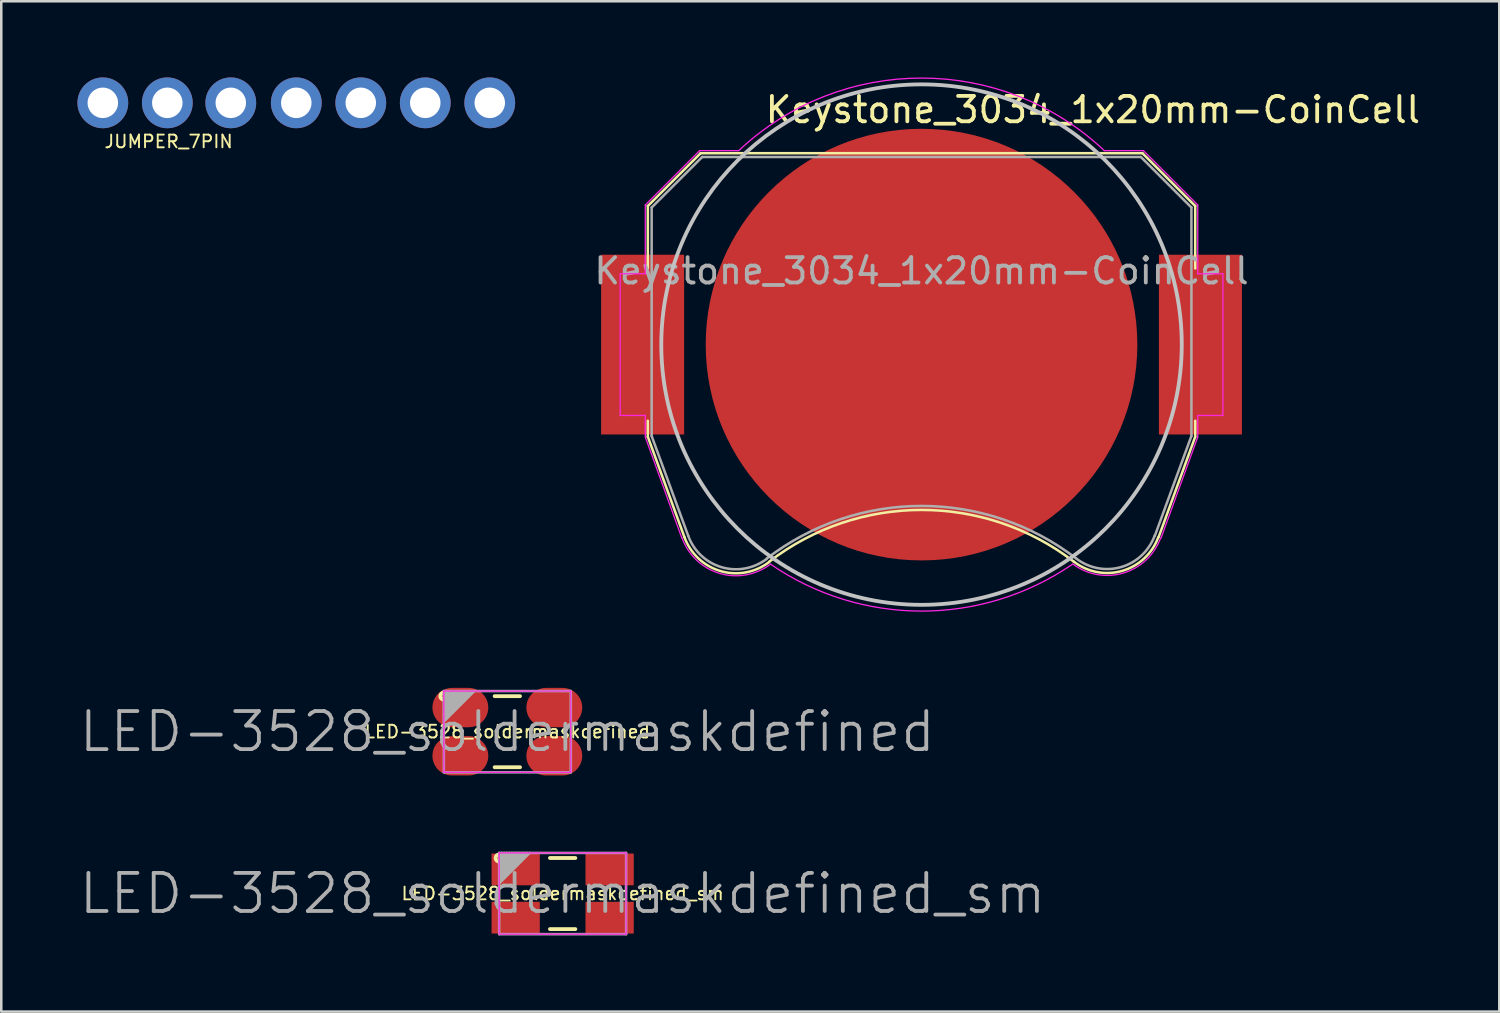
<source format=kicad_pcb>
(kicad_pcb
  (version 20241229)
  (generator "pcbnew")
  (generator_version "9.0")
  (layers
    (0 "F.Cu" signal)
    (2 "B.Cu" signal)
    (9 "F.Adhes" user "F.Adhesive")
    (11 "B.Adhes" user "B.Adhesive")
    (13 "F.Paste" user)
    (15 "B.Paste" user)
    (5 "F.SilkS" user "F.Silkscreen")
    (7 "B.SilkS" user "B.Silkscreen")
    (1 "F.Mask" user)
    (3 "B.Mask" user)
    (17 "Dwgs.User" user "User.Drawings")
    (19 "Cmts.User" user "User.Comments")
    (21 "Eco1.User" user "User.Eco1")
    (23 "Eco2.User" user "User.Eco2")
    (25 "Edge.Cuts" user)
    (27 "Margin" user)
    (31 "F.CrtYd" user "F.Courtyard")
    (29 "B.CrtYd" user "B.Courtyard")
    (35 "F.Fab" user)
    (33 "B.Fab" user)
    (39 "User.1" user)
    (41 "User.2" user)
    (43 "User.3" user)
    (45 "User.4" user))
  (footprint "JUMPER_7PIN"
    (layer "F.Cu")
    (at 8.62 1)
    (property "Reference" "JUMPER_7PIN" (at -5.029 1.524 0) (layer "F.SilkS") (effects (font (size 0.5 0.5) (thickness 0.075))))
    (attr through_hole)
    (pad "1" thru_hole circle (at -7.62 0) (size 2 2) (drill 1.2) (layers "*.Cu" "*.Mask"))
    (pad "2" thru_hole circle (at -5.08 0) (size 2 2) (drill 1.2) (layers "*.Cu" "*.Mask"))
    (pad "3" thru_hole circle (at -2.58 0) (size 2 2) (drill 1.2) (layers "*.Cu" "*.Mask"))
    (pad "4" thru_hole circle (at 0 0) (size 2 2) (drill 1.2) (layers "*.Cu" "*.Mask"))
    (pad "5" thru_hole circle (at 2.54 0) (size 2 2) (drill 1.2) (layers "*.Cu" "*.Mask"))
    (pad "6" thru_hole circle (at 5.08 0) (size 2 2) (drill 1.2) (layers "*.Cu" "*.Mask"))
    (pad "7" thru_hole circle (at 7.62 0) (size 2 2) (drill 1.2) (layers "*.Cu" "*.Mask")))
  (footprint "Keystone_3034_1x20mm-CoinCell"
    (layer "F.Cu")
    (at 33.246 10.523)
    (property "Reference" "Keystone_3034_1x20mm-CoinCell" (at 6.75 -9.25 0) (layer "F.SilkS") (effects (font (size 1 1) (thickness 0.15))))
    (attr smd)
    (fp_line (start -10.78 -5.46) (end -10.78 -3) (stroke (width 0.1) (type solid)) (layer "F.SilkS"))
    (fp_line (start -10.78 3) (end -10.78 3.63) (stroke (width 0.1) (type solid)) (layer "F.SilkS"))
    (fp_line (start -10.78 3.63) (end -9.34 7.58) (stroke (width 0.1) (type solid)) (layer "F.SilkS"))
    (fp_line (start -8.7 -7.54) (end -10.78 -5.46) (stroke (width 0.1) (type solid)) (layer "F.SilkS"))
    (fp_line (start 8.7 -7.54) (end -8.7 -7.54) (stroke (width 0.1) (type solid)) (layer "F.SilkS"))
    (fp_line (start 8.7 -7.54) (end 10.78 -5.46) (stroke (width 0.1) (type solid)) (layer "F.SilkS"))
    (fp_line (start 10.78 -5.46) (end 10.78 -3) (stroke (width 0.1) (type solid)) (layer "F.SilkS"))
    (fp_line (start 10.78 3) (end 10.78 3.63) (stroke (width 0.1) (type solid)) (layer "F.SilkS"))
    (fp_line (start 10.78 3.63) (end 9.34 7.58) (stroke (width 0.1) (type solid)) (layer "F.SilkS"))
    (fp_arc (start -6.0046 8.553536) (mid -0.002901 6.511341) (end 6 8.55) (stroke (width 0.1) (type solid)) (layer "F.SilkS"))
    (fp_arc (start -6.003354 8.56653) (mid -7.921654 8.918738) (end -9.34 7.58) (stroke (width 0.1) (type solid)) (layer "F.SilkS"))
    (fp_arc (start 9.325243 7.588169) (mid 7.90634 8.911668) (end 6 8.55) (stroke (width 0.1) (type solid)) (layer "F.SilkS"))
    (fp_circle (center 0 0) (end 0 10.25) (stroke (width 0.15) (type solid)) (fill no) (layer "Dwgs.User"))
    (fp_line (start -11.87 -2.79) (end -11.87 2.79) (stroke (width 0.05) (type solid)) (layer "F.CrtYd"))
    (fp_line (start -11.87 2.79) (end -10.88 2.79) (stroke (width 0.05) (type solid)) (layer "F.CrtYd"))
    (fp_line (start -10.88 -5.5) (end -10.88 -2.79) (stroke (width 0.05) (type solid)) (layer "F.CrtYd"))
    (fp_line (start -10.88 -2.79) (end -11.87 -2.79) (stroke (width 0.05) (type solid)) (layer "F.CrtYd"))
    (fp_line (start -10.88 2.79) (end -10.88 3.64) (stroke (width 0.05) (type solid)) (layer "F.CrtYd"))
    (fp_line (start -10.88 3.64) (end -9.44 7.62) (stroke (width 0.05) (type solid)) (layer "F.CrtYd"))
    (fp_line (start -8.74 -7.64) (end -10.88 -5.5) (stroke (width 0.05) (type solid)) (layer "F.CrtYd"))
    (fp_line (start -7.2 -7.64) (end -8.74 -7.64) (stroke (width 0.05) (type solid)) (layer "F.CrtYd"))
    (fp_line (start 8.74 -7.64) (end 7.2 -7.64) (stroke (width 0.05) (type solid)) (layer "F.CrtYd"))
    (fp_line (start 9.43 7.63) (end 10.88 3.64) (stroke (width 0.05) (type solid)) (layer "F.CrtYd"))
    (fp_line (start 10.88 -5.5) (end 8.74 -7.64) (stroke (width 0.05) (type solid)) (layer "F.CrtYd"))
    (fp_line (start 10.88 -2.79) (end 10.88 -5.5) (stroke (width 0.05) (type solid)) (layer "F.CrtYd"))
    (fp_line (start 10.88 2.79) (end 11.87 2.79) (stroke (width 0.05) (type solid)) (layer "F.CrtYd"))
    (fp_line (start 10.88 3.64) (end 10.88 2.79) (stroke (width 0.05) (type solid)) (layer "F.CrtYd"))
    (fp_line (start 11.87 -2.79) (end 10.88 -2.79) (stroke (width 0.05) (type solid)) (layer "F.CrtYd"))
    (fp_line (start 11.87 2.79) (end 11.87 -2.79) (stroke (width 0.05) (type solid)) (layer "F.CrtYd"))
    (fp_arc (start -7.199546 -7.640427) (mid 0.000312 -10.498075) (end 7.2 -7.64) (stroke (width 0.05) (type solid)) (layer "F.CrtYd"))
    (fp_arc (start -5.956965 8.654604) (mid -7.953941 9.011629) (end -9.43 7.62) (stroke (width 0.05) (type solid)) (layer "F.CrtYd"))
    (fp_arc (start 5.945368 8.650075) (mid -0.008883 10.496243) (end -5.96 8.64) (stroke (width 0.05) (type solid)) (layer "F.CrtYd"))
    (fp_arc (start 9.415144 7.621341) (mid 7.944017 9.000493) (end 5.96 8.64) (stroke (width 0.05) (type solid)) (layer "F.CrtYd"))
    (fp_line (start -10.63 -5.4) (end -8.64 -7.39) (stroke (width 0.1) (type solid)) (layer "F.Fab"))
    (fp_line (start -10.63 3.6) (end -10.63 -5.4) (stroke (width 0.1) (type solid)) (layer "F.Fab"))
    (fp_line (start -9.19 7.53) (end -10.63 3.6) (stroke (width 0.1) (type solid)) (layer "F.Fab"))
    (fp_line (start -8.64 -7.39) (end 8.64 -7.39) (stroke (width 0.1) (type solid)) (layer "F.Fab"))
    (fp_line (start 8.64 -7.39) (end 10.63 -5.4) (stroke (width 0.1) (type solid)) (layer "F.Fab"))
    (fp_line (start 10.63 -5.4) (end 10.63 3.6) (stroke (width 0.1) (type solid)) (layer "F.Fab"))
    (fp_line (start 10.63 3.6) (end 9.19 7.53) (stroke (width 0.1) (type solid)) (layer "F.Fab"))
    (fp_arc (start -6.096146 8.438508) (mid -7.87328 8.768206) (end -9.19 7.53) (stroke (width 0.1) (type solid)) (layer "F.Fab"))
    (fp_arc (start -6.094852 8.426043) (mid 0.003247 6.355257) (end 6.1 8.43) (stroke (width 0.1) (type solid)) (layer "F.Fab"))
    (fp_arc (start 9.180727 7.528882) (mid 7.868698 8.760067) (end 6.1 8.43) (stroke (width 0.1) (type solid)) (layer "F.Fab"))
    (fp_text user "${REFERENCE}" (at 0 -2.9 0) (layer "F.Fab") (effects (font (size 1 1) (thickness 0.15))))
    (pad "1" smd rect (at -10.985 0) (size 3.27 7.08) (layers "F.Cu" "F.Mask" "F.Paste"))
    (pad "1" smd rect (at 10.985 0) (size 3.27 7.08) (layers "F.Cu" "F.Mask" "F.Paste"))
    (pad "2" smd circle (at 0 0) (size 17 17) (layers "F.Cu" "F.Mask")))
  (footprint "LED-3528_soldermaskdefined_sm"
    (layer "F.Cu")
    (at 19.111 32.144)
    (property "Reference" "LED-3528_soldermaskdefined_sm" (at 0 0 0) (layer "F.SilkS") (effects (font (size 0.5 0.5) (thickness 0.075))))
    (attr through_hole)
    (fp_line (start -0.5 -1.4) (end 0.5 -1.4) (stroke (width 0.15) (type solid)) (layer "F.SilkS"))
    (fp_line (start -0.5 1.4) (end 0.5 1.4) (stroke (width 0.15) (type solid)) (layer "F.SilkS"))
    (fp_circle (center -2.5 -1.4) (end -2.6 -1.5) (stroke (width 0.15) (type solid)) (fill no) (layer "F.SilkS"))
    (fp_line (start -2.5 -1.6) (end 2.5 -1.6) (stroke (width 0.05) (type solid)) (layer "F.CrtYd"))
    (fp_line (start -2.5 1.6) (end -2.5 -1.6) (stroke (width 0.05) (type solid)) (layer "F.CrtYd"))
    (fp_line (start 2.5 -1.6) (end 2.5 1.6) (stroke (width 0.05) (type solid)) (layer "F.CrtYd"))
    (fp_line (start 2.5 1.6) (end -2.5 1.6) (stroke (width 0.05) (type solid)) (layer "F.CrtYd"))
    (fp_line (start -2.5 -1.6) (end 2.5 -1.6) (stroke (width 0.1) (type solid)) (layer "F.Fab"))
    (fp_line (start -2.5 -1.4) (end -2.3 -1.6) (stroke (width 0.1) (type solid)) (layer "F.Fab"))
    (fp_line (start -2.5 -1.2) (end -2.1 -1.6) (stroke (width 0.1) (type solid)) (layer "F.Fab"))
    (fp_line (start -2.5 -1) (end -1.9 -1.6) (stroke (width 0.1) (type solid)) (layer "F.Fab"))
    (fp_line (start -2.5 -0.8) (end -1.7 -1.6) (stroke (width 0.1) (type solid)) (layer "F.Fab"))
    (fp_line (start -2.5 -0.6) (end -1.5 -1.6) (stroke (width 0.1) (type solid)) (layer "F.Fab"))
    (fp_line (start -2.5 -0.4) (end -1.3 -1.6) (stroke (width 0.1) (type solid)) (layer "F.Fab"))
    (fp_line (start -2.5 1.6) (end -2.5 -1.6) (stroke (width 0.1) (type solid)) (layer "F.Fab"))
    (fp_line (start -2.4 -1.6) (end -2.5 -1.5) (stroke (width 0.1) (type solid)) (layer "F.Fab"))
    (fp_line (start -2.2 -1.6) (end -2.5 -1.3) (stroke (width 0.1) (type solid)) (layer "F.Fab"))
    (fp_line (start -2 -1.6) (end -2.5 -1.1) (stroke (width 0.1) (type solid)) (layer "F.Fab"))
    (fp_line (start -1.8 -1.6) (end -2.5 -0.9) (stroke (width 0.1) (type solid)) (layer "F.Fab"))
    (fp_line (start -1.6 -1.6) (end -2.5 -0.7) (stroke (width 0.1) (type solid)) (layer "F.Fab"))
    (fp_line (start -1.4 -1.6) (end -2.5 -0.5) (stroke (width 0.1) (type solid)) (layer "F.Fab"))
    (fp_line (start 2.5 -1.6) (end 2.5 1.6) (stroke (width 0.1) (type solid)) (layer "F.Fab"))
    (fp_line (start 2.5 1.6) (end -2.5 1.6) (stroke (width 0.1) (type solid)) (layer "F.Fab"))
    (fp_text user "${REFERENCE}" (at 0 0 0) (layer "F.Fab") (effects (font (size 1.5 1.5) (thickness 0.15))))
    (pad "" smd rect (at -1.7 -0.8) (size 1.5 0.85) (layers "F.Mask"))
    (pad "" smd rect (at -1.7 0.8) (size 1.5 0.85) (layers "F.Mask"))
    (pad "" smd rect (at 1.7 -0.8) (size 1.5 0.85) (layers "F.Mask"))
    (pad "" smd rect (at 1.7 0.8) (size 1.5 0.85) (layers "F.Mask"))
    (pad "1" smd rect (at -1.85 -0.95) (size 1.9 1.25) (layers "F.Cu"))
    (pad "2" smd rect (at 1.85 -0.95) (size 1.9 1.25) (layers "F.Cu"))
    (pad "3" smd rect (at -1.85 0.95) (size 1.9 1.25) (layers "F.Cu"))
    (pad "4" smd rect (at 1.85 0.95) (size 1.9 1.25) (layers "F.Cu")))
  (footprint "LED-3528_soldermaskdefined"
    (layer "F.Cu")
    (at 16.932 25.769)
    (property "Reference" "LED-3528_soldermaskdefined" (at 0 0 0) (layer "F.SilkS") (effects (font (size 0.5 0.5) (thickness 0.075))))
    (attr smd)
    (fp_line (start -0.5 -1.4) (end 0.5 -1.4) (stroke (width 0.15) (type solid)) (layer "F.SilkS"))
    (fp_line (start -0.5 1.4) (end 0.5 1.4) (stroke (width 0.15) (type solid)) (layer "F.SilkS"))
    (fp_circle (center -2.5 -1.4) (end -2.6 -1.5) (stroke (width 0.15) (type solid)) (fill no) (layer "F.SilkS"))
    (fp_line (start -2.5 -1.6) (end 2.5 -1.6) (stroke (width 0.05) (type solid)) (layer "F.CrtYd"))
    (fp_line (start -2.5 1.6) (end -2.5 -1.6) (stroke (width 0.05) (type solid)) (layer "F.CrtYd"))
    (fp_line (start 2.5 -1.6) (end 2.5 1.6) (stroke (width 0.05) (type solid)) (layer "F.CrtYd"))
    (fp_line (start 2.5 1.6) (end -2.5 1.6) (stroke (width 0.05) (type solid)) (layer "F.CrtYd"))
    (fp_line (start -2.5 -1.6) (end 2.5 -1.6) (stroke (width 0.1) (type solid)) (layer "F.Fab"))
    (fp_line (start -2.5 -1.4) (end -2.3 -1.6) (stroke (width 0.1) (type solid)) (layer "F.Fab"))
    (fp_line (start -2.5 -1.2) (end -2.1 -1.6) (stroke (width 0.1) (type solid)) (layer "F.Fab"))
    (fp_line (start -2.5 -1) (end -1.9 -1.6) (stroke (width 0.1) (type solid)) (layer "F.Fab"))
    (fp_line (start -2.5 -0.8) (end -1.7 -1.6) (stroke (width 0.1) (type solid)) (layer "F.Fab"))
    (fp_line (start -2.5 -0.6) (end -1.5 -1.6) (stroke (width 0.1) (type solid)) (layer "F.Fab"))
    (fp_line (start -2.5 -0.4) (end -1.3 -1.6) (stroke (width 0.1) (type solid)) (layer "F.Fab"))
    (fp_line (start -2.5 1.6) (end -2.5 -1.6) (stroke (width 0.1) (type solid)) (layer "F.Fab"))
    (fp_line (start -2.4 -1.6) (end -2.5 -1.5) (stroke (width 0.1) (type solid)) (layer "F.Fab"))
    (fp_line (start -2.2 -1.6) (end -2.5 -1.3) (stroke (width 0.1) (type solid)) (layer "F.Fab"))
    (fp_line (start -2 -1.6) (end -2.5 -1.1) (stroke (width 0.1) (type solid)) (layer "F.Fab"))
    (fp_line (start -1.8 -1.6) (end -2.5 -0.9) (stroke (width 0.1) (type solid)) (layer "F.Fab"))
    (fp_line (start -1.6 -1.6) (end -2.5 -0.7) (stroke (width 0.1) (type solid)) (layer "F.Fab"))
    (fp_line (start -1.4 -1.6) (end -2.5 -0.5) (stroke (width 0.1) (type solid)) (layer "F.Fab"))
    (fp_line (start 2.5 -1.6) (end 2.5 1.6) (stroke (width 0.1) (type solid)) (layer "F.Fab"))
    (fp_line (start 2.5 1.6) (end -2.5 1.6) (stroke (width 0.1) (type solid)) (layer "F.Fab"))
    (fp_text user "${REFERENCE}" (at 0 0 0) (layer "F.Fab") (effects (font (size 1.5 1.5) (thickness 0.15))))
    (pad "" smd rect (at -1.7 -0.8) (size 1.5 0.85) (layers "F.Mask" "F.Paste"))
    (pad "" smd rect (at -1.7 0.8) (size 1.5 0.85) (layers "F.Mask" "F.Paste"))
    (pad "" smd rect (at 1.7 -0.8) (size 1.5 0.85) (layers "F.Mask" "F.Paste"))
    (pad "" smd rect (at 1.7 0.8) (size 1.5 0.85) (layers "F.Mask" "F.Paste"))
    (pad "1" smd oval (at -1.85 -0.95) (size 2.2 1.55) (layers "F.Cu"))
    (pad "2" smd oval (at 1.85 -0.95) (size 2.2 1.55) (layers "F.Cu"))
    (pad "3" smd oval (at -1.85 0.95) (size 2.2 1.55) (layers "F.Cu"))
    (pad "4" smd oval (at 1.85 0.95) (size 2.2 1.55) (layers "F.Cu")))
  (gr_rect
    (start -3 -3)
    (end 56.002 36.794)
    (stroke (width 0.1) (type default))
    (fill no)
    (layer "Edge.Cuts")))
</source>
